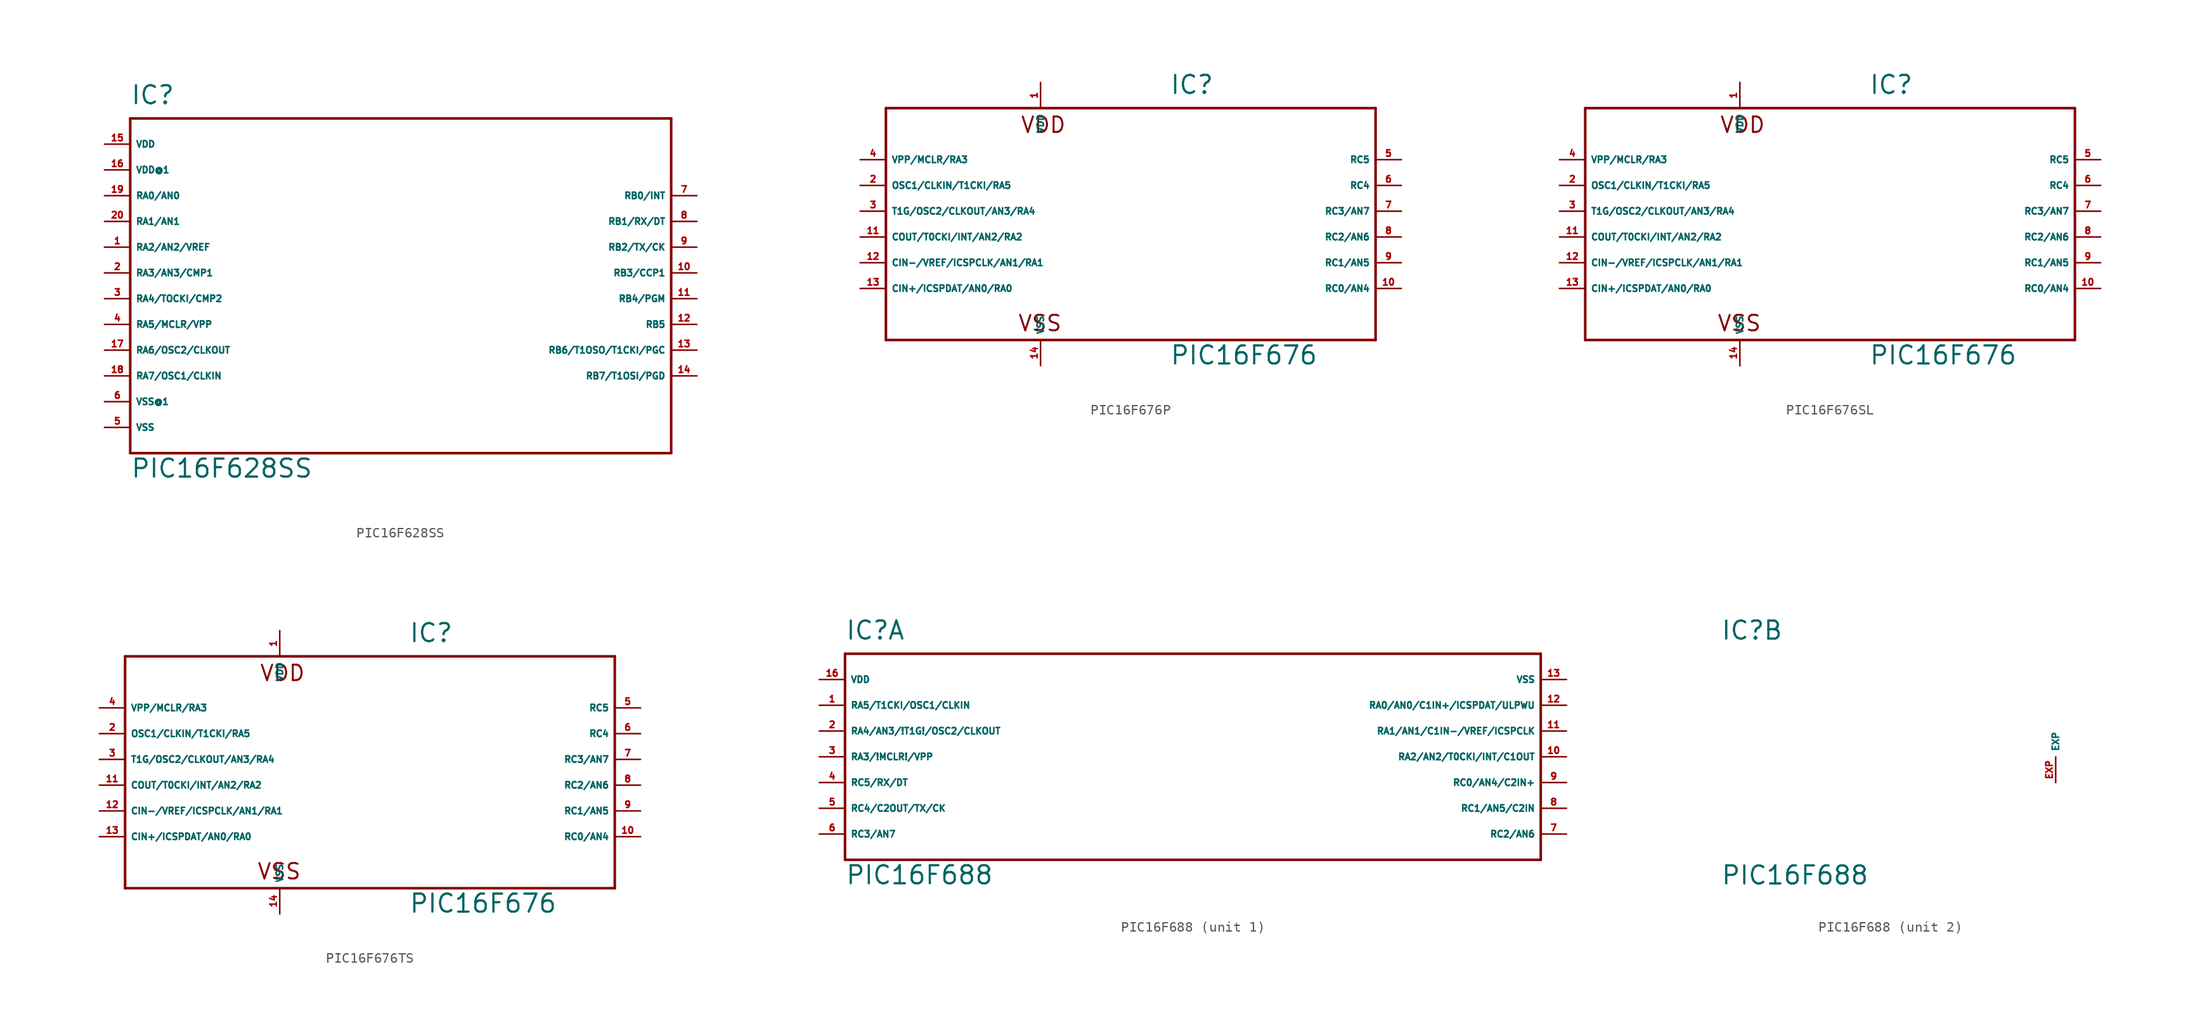
<source format=kicad_sym>
(kicad_symbol_lib
  (version 20220914)
  (generator Eagle2Kicad)
  (symbol "PIC16F628SS"
    (property "Reference" "IC"
      (at -25.4 16.51 0)
      (effects (font (size 1.778 1.778) (thickness 0.22)) (justify left bottom)))
    (property "Value" "PIC16F628SS"
      (at -25.4 -20.32 0)
      (effects (font (size 1.778 1.778) (thickness 0.22)) (justify left bottom)))
    (polyline
      (pts (xy -25.4 15.24) (xy 27.94 15.24))
      (stroke (width 0.254) (type default))
      (fill (type none)))
    (polyline
      (pts (xy 27.94 15.24) (xy 27.94 -17.78))
      (stroke (width 0.254) (type default))
      (fill (type none)))
    (polyline
      (pts (xy 27.94 -17.78) (xy -25.4 -17.78))
      (stroke (width 0.254) (type default))
      (fill (type none)))
    (polyline
      (pts (xy -25.4 -17.78) (xy -25.4 15.24))
      (stroke (width 0.254) (type default))
      (fill (type none)))
    (pin bidirectional line
      (at -27.94 2.54 0)
      (length 2.54)
      (name "RA2/AN2/VREF" (effects (font (size 0.635 0.635) (thickness 0.08)) (justify left bottom)))
      (number "1" (effects (font (size 0.635 0.635) (thickness 0.08)) (justify left bottom))))
    (pin bidirectional line
      (at -27.94 0 0)
      (length 2.54)
      (name "RA3/AN3/CMP1" (effects (font (size 0.635 0.635) (thickness 0.08)) (justify left bottom)))
      (number "2" (effects (font (size 0.635 0.635) (thickness 0.08)) (justify left bottom))))
    (pin bidirectional line
      (at -27.94 -2.54 0)
      (length 2.54)
      (name "RA4/TOCKI/CMP2" (effects (font (size 0.635 0.635) (thickness 0.08)) (justify left bottom)))
      (number "3" (effects (font (size 0.635 0.635) (thickness 0.08)) (justify left bottom))))
    (pin bidirectional line
      (at -27.94 -5.08 0)
      (length 2.54)
      (name "RA5/MCLR/VPP" (effects (font (size 0.635 0.635) (thickness 0.08)) (justify left bottom)))
      (number "4" (effects (font (size 0.635 0.635) (thickness 0.08)) (justify left bottom))))
    (pin unspecified line
      (at -27.94 -15.24 0)
      (length 2.54)
      (name "VSS" (effects (font (size 0.635 0.635) (thickness 0.08)) (justify left bottom)))
      (number "5" (effects (font (size 0.635 0.635) (thickness 0.08)) (justify left bottom))))
    (pin bidirectional line
      (at 30.48 7.62 180)
      (length 2.54)
      (name "RB0/INT" (effects (font (size 0.635 0.635) (thickness 0.08)) (justify left bottom)))
      (number "7" (effects (font (size 0.635 0.635) (thickness 0.08)) (justify left bottom))))
    (pin bidirectional line
      (at 30.48 5.08 180)
      (length 2.54)
      (name "RB1/RX/DT" (effects (font (size 0.635 0.635) (thickness 0.08)) (justify left bottom)))
      (number "8" (effects (font (size 0.635 0.635) (thickness 0.08)) (justify left bottom))))
    (pin bidirectional line
      (at 30.48 2.54 180)
      (length 2.54)
      (name "RB2/TX/CK" (effects (font (size 0.635 0.635) (thickness 0.08)) (justify left bottom)))
      (number "9" (effects (font (size 0.635 0.635) (thickness 0.08)) (justify left bottom))))
    (pin bidirectional line
      (at 30.48 0 180)
      (length 2.54)
      (name "RB3/CCP1" (effects (font (size 0.635 0.635) (thickness 0.08)) (justify left bottom)))
      (number "10" (effects (font (size 0.635 0.635) (thickness 0.08)) (justify left bottom))))
    (pin bidirectional line
      (at 30.48 -2.54 180)
      (length 2.54)
      (name "RB4/PGM" (effects (font (size 0.635 0.635) (thickness 0.08)) (justify left bottom)))
      (number "11" (effects (font (size 0.635 0.635) (thickness 0.08)) (justify left bottom))))
    (pin bidirectional line
      (at 30.48 -5.08 180)
      (length 2.54)
      (name "RB5" (effects (font (size 0.635 0.635) (thickness 0.08)) (justify left bottom)))
      (number "12" (effects (font (size 0.635 0.635) (thickness 0.08)) (justify left bottom))))
    (pin bidirectional line
      (at 30.48 -7.62 180)
      (length 2.54)
      (name "RB6/T1OSO/T1CKI/PGC" (effects (font (size 0.635 0.635) (thickness 0.08)) (justify left bottom)))
      (number "13" (effects (font (size 0.635 0.635) (thickness 0.08)) (justify left bottom))))
    (pin bidirectional line
      (at 30.48 -10.16 180)
      (length 2.54)
      (name "RB7/T1OSI/PGD" (effects (font (size 0.635 0.635) (thickness 0.08)) (justify left bottom)))
      (number "14" (effects (font (size 0.635 0.635) (thickness 0.08)) (justify left bottom))))
    (pin unspecified line
      (at -27.94 12.7 0)
      (length 2.54)
      (name "VDD" (effects (font (size 0.635 0.635) (thickness 0.08)) (justify left bottom)))
      (number "15" (effects (font (size 0.635 0.635) (thickness 0.08)) (justify left bottom))))
    (pin bidirectional line
      (at -27.94 -7.62 0)
      (length 2.54)
      (name "RA6/OSC2/CLKOUT" (effects (font (size 0.635 0.635) (thickness 0.08)) (justify left bottom)))
      (number "17" (effects (font (size 0.635 0.635) (thickness 0.08)) (justify left bottom))))
    (pin bidirectional line
      (at -27.94 -10.16 0)
      (length 2.54)
      (name "RA7/OSC1/CLKIN" (effects (font (size 0.635 0.635) (thickness 0.08)) (justify left bottom)))
      (number "18" (effects (font (size 0.635 0.635) (thickness 0.08)) (justify left bottom))))
    (pin bidirectional line
      (at -27.94 7.62 0)
      (length 2.54)
      (name "RA0/AN0" (effects (font (size 0.635 0.635) (thickness 0.08)) (justify left bottom)))
      (number "19" (effects (font (size 0.635 0.635) (thickness 0.08)) (justify left bottom))))
    (pin bidirectional line
      (at -27.94 5.08 0)
      (length 2.54)
      (name "RA1/AN1" (effects (font (size 0.635 0.635) (thickness 0.08)) (justify left bottom)))
      (number "20" (effects (font (size 0.635 0.635) (thickness 0.08)) (justify left bottom))))
    (pin unspecified line
      (at -27.94 10.16 0)
      (length 2.54)
      (name "VDD@1" (effects (font (size 0.635 0.635) (thickness 0.08)) (justify left bottom)))
      (number "16" (effects (font (size 0.635 0.635) (thickness 0.08)) (justify left bottom))))
    (pin unspecified line
      (at -27.94 -12.7 0)
      (length 2.54)
      (name "VSS@1" (effects (font (size 0.635 0.635) (thickness 0.08)) (justify left bottom)))
      (number "6" (effects (font (size 0.635 0.635) (thickness 0.08)) (justify left bottom)))))
  (symbol "PIC16F676P"
    (property "Reference" "IC"
      (at 5.08 11.43 0)
      (effects (font (size 1.778 1.778) (thickness 0.22)) (justify left bottom)))
    (property "Value" "PIC16F676"
      (at 5.08 -15.24 0)
      (effects (font (size 1.778 1.778) (thickness 0.22)) (justify left bottom)))
    (polyline
      (pts (xy -22.86 10.16) (xy 25.4 10.16))
      (stroke (width 0.254) (type default))
      (fill (type none)))
    (polyline
      (pts (xy 25.4 10.16) (xy 25.4 -12.7))
      (stroke (width 0.254) (type default))
      (fill (type none)))
    (polyline
      (pts (xy 25.4 -12.7) (xy -22.86 -12.7))
      (stroke (width 0.254) (type default))
      (fill (type none)))
    (polyline
      (pts (xy -22.86 -12.7) (xy -22.86 10.16))
      (stroke (width 0.254) (type default))
      (fill (type none)))
    (text "VDD"
      (at -9.652 7.62 0)
      (effects (font (size 1.524 1.524) (thickness 0.19)) (justify left bottom)))
    (text "VSS"
      (at -9.906 -11.938 0)
      (effects (font (size 1.524 1.524) (thickness 0.19)) (justify left bottom)))
    (pin unspecified line
      (at -7.62 12.7 270)
      (length 2.54)
      (name "VDD" (effects (font (size 0.635 0.635) (thickness 0.08)) (justify left bottom)))
      (number "1" (effects (font (size 0.635 0.635) (thickness 0.08)) (justify left bottom))))
    (pin bidirectional line
      (at -25.4 2.54 0)
      (length 2.54)
      (name "OSC1/CLKIN/T1CKI/RA5" (effects (font (size 0.635 0.635) (thickness 0.08)) (justify left bottom)))
      (number "2" (effects (font (size 0.635 0.635) (thickness 0.08)) (justify left bottom))))
    (pin bidirectional line
      (at -25.4 0 0)
      (length 2.54)
      (name "T1G/OSC2/CLKOUT/AN3/RA4" (effects (font (size 0.635 0.635) (thickness 0.08)) (justify left bottom)))
      (number "3" (effects (font (size 0.635 0.635) (thickness 0.08)) (justify left bottom))))
    (pin input line
      (at -25.4 5.08 0)
      (length 2.54)
      (name "VPP/MCLR/RA3" (effects (font (size 0.635 0.635) (thickness 0.08)) (justify left bottom)))
      (number "4" (effects (font (size 0.635 0.635) (thickness 0.08)) (justify left bottom))))
    (pin bidirectional line
      (at 27.94 5.08 180)
      (length 2.54)
      (name "RC5" (effects (font (size 0.635 0.635) (thickness 0.08)) (justify left bottom)))
      (number "5" (effects (font (size 0.635 0.635) (thickness 0.08)) (justify left bottom))))
    (pin bidirectional line
      (at 27.94 2.54 180)
      (length 2.54)
      (name "RC4" (effects (font (size 0.635 0.635) (thickness 0.08)) (justify left bottom)))
      (number "6" (effects (font (size 0.635 0.635) (thickness 0.08)) (justify left bottom))))
    (pin bidirectional line
      (at 27.94 0 180)
      (length 2.54)
      (name "RC3/AN7" (effects (font (size 0.635 0.635) (thickness 0.08)) (justify left bottom)))
      (number "7" (effects (font (size 0.635 0.635) (thickness 0.08)) (justify left bottom))))
    (pin bidirectional line
      (at 27.94 -2.54 180)
      (length 2.54)
      (name "RC2/AN6" (effects (font (size 0.635 0.635) (thickness 0.08)) (justify left bottom)))
      (number "8" (effects (font (size 0.635 0.635) (thickness 0.08)) (justify left bottom))))
    (pin bidirectional line
      (at 27.94 -5.08 180)
      (length 2.54)
      (name "RC1/AN5" (effects (font (size 0.635 0.635) (thickness 0.08)) (justify left bottom)))
      (number "9" (effects (font (size 0.635 0.635) (thickness 0.08)) (justify left bottom))))
    (pin bidirectional line
      (at 27.94 -7.62 180)
      (length 2.54)
      (name "RC0/AN4" (effects (font (size 0.635 0.635) (thickness 0.08)) (justify left bottom)))
      (number "10" (effects (font (size 0.635 0.635) (thickness 0.08)) (justify left bottom))))
    (pin bidirectional line
      (at -25.4 -2.54 0)
      (length 2.54)
      (name "COUT/T0CKI/INT/AN2/RA2" (effects (font (size 0.635 0.635) (thickness 0.08)) (justify left bottom)))
      (number "11" (effects (font (size 0.635 0.635) (thickness 0.08)) (justify left bottom))))
    (pin bidirectional line
      (at -25.4 -5.08 0)
      (length 2.54)
      (name "CIN-/VREF/ICSPCLK/AN1/RA1" (effects (font (size 0.635 0.635) (thickness 0.08)) (justify left bottom)))
      (number "12" (effects (font (size 0.635 0.635) (thickness 0.08)) (justify left bottom))))
    (pin bidirectional line
      (at -25.4 -7.62 0)
      (length 2.54)
      (name "CIN+/ICSPDAT/AN0/RA0" (effects (font (size 0.635 0.635) (thickness 0.08)) (justify left bottom)))
      (number "13" (effects (font (size 0.635 0.635) (thickness 0.08)) (justify left bottom))))
    (pin unspecified line
      (at -7.62 -15.24 90)
      (length 2.54)
      (name "VSS" (effects (font (size 0.635 0.635) (thickness 0.08)) (justify left bottom)))
      (number "14" (effects (font (size 0.635 0.635) (thickness 0.08)) (justify left bottom)))))
  (symbol "PIC16F676SL"
    (property "Reference" "IC"
      (at 5.08 11.43 0)
      (effects (font (size 1.778 1.778) (thickness 0.22)) (justify left bottom)))
    (property "Value" "PIC16F676"
      (at 5.08 -15.24 0)
      (effects (font (size 1.778 1.778) (thickness 0.22)) (justify left bottom)))
    (polyline
      (pts (xy -22.86 10.16) (xy 25.4 10.16))
      (stroke (width 0.254) (type default))
      (fill (type none)))
    (polyline
      (pts (xy 25.4 10.16) (xy 25.4 -12.7))
      (stroke (width 0.254) (type default))
      (fill (type none)))
    (polyline
      (pts (xy 25.4 -12.7) (xy -22.86 -12.7))
      (stroke (width 0.254) (type default))
      (fill (type none)))
    (polyline
      (pts (xy -22.86 -12.7) (xy -22.86 10.16))
      (stroke (width 0.254) (type default))
      (fill (type none)))
    (text "VDD"
      (at -9.652 7.62 0)
      (effects (font (size 1.524 1.524) (thickness 0.19)) (justify left bottom)))
    (text "VSS"
      (at -9.906 -11.938 0)
      (effects (font (size 1.524 1.524) (thickness 0.19)) (justify left bottom)))
    (pin unspecified line
      (at -7.62 12.7 270)
      (length 2.54)
      (name "VDD" (effects (font (size 0.635 0.635) (thickness 0.08)) (justify left bottom)))
      (number "1" (effects (font (size 0.635 0.635) (thickness 0.08)) (justify left bottom))))
    (pin bidirectional line
      (at -25.4 2.54 0)
      (length 2.54)
      (name "OSC1/CLKIN/T1CKI/RA5" (effects (font (size 0.635 0.635) (thickness 0.08)) (justify left bottom)))
      (number "2" (effects (font (size 0.635 0.635) (thickness 0.08)) (justify left bottom))))
    (pin bidirectional line
      (at -25.4 0 0)
      (length 2.54)
      (name "T1G/OSC2/CLKOUT/AN3/RA4" (effects (font (size 0.635 0.635) (thickness 0.08)) (justify left bottom)))
      (number "3" (effects (font (size 0.635 0.635) (thickness 0.08)) (justify left bottom))))
    (pin input line
      (at -25.4 5.08 0)
      (length 2.54)
      (name "VPP/MCLR/RA3" (effects (font (size 0.635 0.635) (thickness 0.08)) (justify left bottom)))
      (number "4" (effects (font (size 0.635 0.635) (thickness 0.08)) (justify left bottom))))
    (pin bidirectional line
      (at 27.94 5.08 180)
      (length 2.54)
      (name "RC5" (effects (font (size 0.635 0.635) (thickness 0.08)) (justify left bottom)))
      (number "5" (effects (font (size 0.635 0.635) (thickness 0.08)) (justify left bottom))))
    (pin bidirectional line
      (at 27.94 2.54 180)
      (length 2.54)
      (name "RC4" (effects (font (size 0.635 0.635) (thickness 0.08)) (justify left bottom)))
      (number "6" (effects (font (size 0.635 0.635) (thickness 0.08)) (justify left bottom))))
    (pin bidirectional line
      (at 27.94 0 180)
      (length 2.54)
      (name "RC3/AN7" (effects (font (size 0.635 0.635) (thickness 0.08)) (justify left bottom)))
      (number "7" (effects (font (size 0.635 0.635) (thickness 0.08)) (justify left bottom))))
    (pin bidirectional line
      (at 27.94 -2.54 180)
      (length 2.54)
      (name "RC2/AN6" (effects (font (size 0.635 0.635) (thickness 0.08)) (justify left bottom)))
      (number "8" (effects (font (size 0.635 0.635) (thickness 0.08)) (justify left bottom))))
    (pin bidirectional line
      (at 27.94 -5.08 180)
      (length 2.54)
      (name "RC1/AN5" (effects (font (size 0.635 0.635) (thickness 0.08)) (justify left bottom)))
      (number "9" (effects (font (size 0.635 0.635) (thickness 0.08)) (justify left bottom))))
    (pin bidirectional line
      (at 27.94 -7.62 180)
      (length 2.54)
      (name "RC0/AN4" (effects (font (size 0.635 0.635) (thickness 0.08)) (justify left bottom)))
      (number "10" (effects (font (size 0.635 0.635) (thickness 0.08)) (justify left bottom))))
    (pin bidirectional line
      (at -25.4 -2.54 0)
      (length 2.54)
      (name "COUT/T0CKI/INT/AN2/RA2" (effects (font (size 0.635 0.635) (thickness 0.08)) (justify left bottom)))
      (number "11" (effects (font (size 0.635 0.635) (thickness 0.08)) (justify left bottom))))
    (pin bidirectional line
      (at -25.4 -5.08 0)
      (length 2.54)
      (name "CIN-/VREF/ICSPCLK/AN1/RA1" (effects (font (size 0.635 0.635) (thickness 0.08)) (justify left bottom)))
      (number "12" (effects (font (size 0.635 0.635) (thickness 0.08)) (justify left bottom))))
    (pin bidirectional line
      (at -25.4 -7.62 0)
      (length 2.54)
      (name "CIN+/ICSPDAT/AN0/RA0" (effects (font (size 0.635 0.635) (thickness 0.08)) (justify left bottom)))
      (number "13" (effects (font (size 0.635 0.635) (thickness 0.08)) (justify left bottom))))
    (pin unspecified line
      (at -7.62 -15.24 90)
      (length 2.54)
      (name "VSS" (effects (font (size 0.635 0.635) (thickness 0.08)) (justify left bottom)))
      (number "14" (effects (font (size 0.635 0.635) (thickness 0.08)) (justify left bottom)))))
  (symbol "PIC16F676TS"
    (property "Reference" "IC"
      (at 5.08 11.43 0)
      (effects (font (size 1.778 1.778) (thickness 0.22)) (justify left bottom)))
    (property "Value" "PIC16F676"
      (at 5.08 -15.24 0)
      (effects (font (size 1.778 1.778) (thickness 0.22)) (justify left bottom)))
    (polyline
      (pts (xy -22.86 10.16) (xy 25.4 10.16))
      (stroke (width 0.254) (type default))
      (fill (type none)))
    (polyline
      (pts (xy 25.4 10.16) (xy 25.4 -12.7))
      (stroke (width 0.254) (type default))
      (fill (type none)))
    (polyline
      (pts (xy 25.4 -12.7) (xy -22.86 -12.7))
      (stroke (width 0.254) (type default))
      (fill (type none)))
    (polyline
      (pts (xy -22.86 -12.7) (xy -22.86 10.16))
      (stroke (width 0.254) (type default))
      (fill (type none)))
    (text "VDD"
      (at -9.652 7.62 0)
      (effects (font (size 1.524 1.524) (thickness 0.19)) (justify left bottom)))
    (text "VSS"
      (at -9.906 -11.938 0)
      (effects (font (size 1.524 1.524) (thickness 0.19)) (justify left bottom)))
    (pin unspecified line
      (at -7.62 12.7 270)
      (length 2.54)
      (name "VDD" (effects (font (size 0.635 0.635) (thickness 0.08)) (justify left bottom)))
      (number "1" (effects (font (size 0.635 0.635) (thickness 0.08)) (justify left bottom))))
    (pin bidirectional line
      (at -25.4 2.54 0)
      (length 2.54)
      (name "OSC1/CLKIN/T1CKI/RA5" (effects (font (size 0.635 0.635) (thickness 0.08)) (justify left bottom)))
      (number "2" (effects (font (size 0.635 0.635) (thickness 0.08)) (justify left bottom))))
    (pin bidirectional line
      (at -25.4 0 0)
      (length 2.54)
      (name "T1G/OSC2/CLKOUT/AN3/RA4" (effects (font (size 0.635 0.635) (thickness 0.08)) (justify left bottom)))
      (number "3" (effects (font (size 0.635 0.635) (thickness 0.08)) (justify left bottom))))
    (pin input line
      (at -25.4 5.08 0)
      (length 2.54)
      (name "VPP/MCLR/RA3" (effects (font (size 0.635 0.635) (thickness 0.08)) (justify left bottom)))
      (number "4" (effects (font (size 0.635 0.635) (thickness 0.08)) (justify left bottom))))
    (pin bidirectional line
      (at 27.94 5.08 180)
      (length 2.54)
      (name "RC5" (effects (font (size 0.635 0.635) (thickness 0.08)) (justify left bottom)))
      (number "5" (effects (font (size 0.635 0.635) (thickness 0.08)) (justify left bottom))))
    (pin bidirectional line
      (at 27.94 2.54 180)
      (length 2.54)
      (name "RC4" (effects (font (size 0.635 0.635) (thickness 0.08)) (justify left bottom)))
      (number "6" (effects (font (size 0.635 0.635) (thickness 0.08)) (justify left bottom))))
    (pin bidirectional line
      (at 27.94 0 180)
      (length 2.54)
      (name "RC3/AN7" (effects (font (size 0.635 0.635) (thickness 0.08)) (justify left bottom)))
      (number "7" (effects (font (size 0.635 0.635) (thickness 0.08)) (justify left bottom))))
    (pin bidirectional line
      (at 27.94 -2.54 180)
      (length 2.54)
      (name "RC2/AN6" (effects (font (size 0.635 0.635) (thickness 0.08)) (justify left bottom)))
      (number "8" (effects (font (size 0.635 0.635) (thickness 0.08)) (justify left bottom))))
    (pin bidirectional line
      (at 27.94 -5.08 180)
      (length 2.54)
      (name "RC1/AN5" (effects (font (size 0.635 0.635) (thickness 0.08)) (justify left bottom)))
      (number "9" (effects (font (size 0.635 0.635) (thickness 0.08)) (justify left bottom))))
    (pin bidirectional line
      (at 27.94 -7.62 180)
      (length 2.54)
      (name "RC0/AN4" (effects (font (size 0.635 0.635) (thickness 0.08)) (justify left bottom)))
      (number "10" (effects (font (size 0.635 0.635) (thickness 0.08)) (justify left bottom))))
    (pin bidirectional line
      (at -25.4 -2.54 0)
      (length 2.54)
      (name "COUT/T0CKI/INT/AN2/RA2" (effects (font (size 0.635 0.635) (thickness 0.08)) (justify left bottom)))
      (number "11" (effects (font (size 0.635 0.635) (thickness 0.08)) (justify left bottom))))
    (pin bidirectional line
      (at -25.4 -5.08 0)
      (length 2.54)
      (name "CIN-/VREF/ICSPCLK/AN1/RA1" (effects (font (size 0.635 0.635) (thickness 0.08)) (justify left bottom)))
      (number "12" (effects (font (size 0.635 0.635) (thickness 0.08)) (justify left bottom))))
    (pin bidirectional line
      (at -25.4 -7.62 0)
      (length 2.54)
      (name "CIN+/ICSPDAT/AN0/RA0" (effects (font (size 0.635 0.635) (thickness 0.08)) (justify left bottom)))
      (number "13" (effects (font (size 0.635 0.635) (thickness 0.08)) (justify left bottom))))
    (pin unspecified line
      (at -7.62 -15.24 90)
      (length 2.54)
      (name "VSS" (effects (font (size 0.635 0.635) (thickness 0.08)) (justify left bottom)))
      (number "14" (effects (font (size 0.635 0.635) (thickness 0.08)) (justify left bottom)))))
  (symbol "PIC16F688"
    (property "Reference" "IC"
      (at -33.02 11.43 0)
      (effects (font (size 1.778 1.778) (thickness 0.22)) (justify left bottom)))
    (property "Value" "PIC16F688"
      (at -33.02 -12.7 0)
      (effects (font (size 1.778 1.778) (thickness 0.22)) (justify left bottom)))
    (symbol "PIC16F688_1_0"
      (polyline (pts (xy -33.02 10.16) (xy 35.56 10.16)) (stroke (width 0.254) (type default)) (fill (type none)))
      (polyline (pts (xy 35.56 10.16) (xy 35.56 -10.16)) (stroke (width 0.254) (type default)) (fill (type none)))
      (polyline (pts (xy 35.56 -10.16) (xy -33.02 -10.16)) (stroke (width 0.254) (type default)) (fill (type none)))
      (polyline (pts (xy -33.02 -10.16) (xy -33.02 10.16)) (stroke (width 0.254) (type default)) (fill (type none)))
      (pin unspecified line (at -35.56 7.62 0) (length 2.54) (name "VDD" (effects (font (size 0.635 0.635) (thickness 0.08)) (justify left bottom))) (number "16" (effects (font (size 0.635 0.635) (thickness 0.08)) (justify left bottom))))
      (pin bidirectional line (at -35.56 2.54 0) (length 2.54) (name "RA4/AN3/!T1G!/OSC2/CLKOUT" (effects (font (size 0.635 0.635) (thickness 0.08)) (justify left bottom))) (number "2" (effects (font (size 0.635 0.635) (thickness 0.08)) (justify left bottom))))
      (pin bidirectional line (at -35.56 0 0) (length 2.54) (name "RA3/!MCLR!/VPP" (effects (font (size 0.635 0.635) (thickness 0.08)) (justify left bottom))) (number "3" (effects (font (size 0.635 0.635) (thickness 0.08)) (justify left bottom))))
      (pin input line (at -35.56 5.08 0) (length 2.54) (name "RA5/T1CKI/OSC1/CLKIN" (effects (font (size 0.635 0.635) (thickness 0.08)) (justify left bottom))) (number "1" (effects (font (size 0.635 0.635) (thickness 0.08)) (justify left bottom))))
      (pin bidirectional line (at 38.1 5.08 180) (length 2.54) (name "RA0/AN0/C1IN+/ICSPDAT/ULPWU" (effects (font (size 0.635 0.635) (thickness 0.08)) (justify left bottom))) (number "12" (effects (font (size 0.635 0.635) (thickness 0.08)) (justify left bottom))))
      (pin bidirectional line (at 38.1 2.54 180) (length 2.54) (name "RA1/AN1/C1IN-/VREF/ICSPCLK" (effects (font (size 0.635 0.635) (thickness 0.08)) (justify left bottom))) (number "11" (effects (font (size 0.635 0.635) (thickness 0.08)) (justify left bottom))))
      (pin bidirectional line (at 38.1 0 180) (length 2.54) (name "RA2/AN2/T0CKI/INT/C1OUT" (effects (font (size 0.635 0.635) (thickness 0.08)) (justify left bottom))) (number "10" (effects (font (size 0.635 0.635) (thickness 0.08)) (justify left bottom))))
      (pin bidirectional line (at 38.1 -7.62 180) (length 2.54) (name "RC2/AN6" (effects (font (size 0.635 0.635) (thickness 0.08)) (justify left bottom))) (number "7" (effects (font (size 0.635 0.635) (thickness 0.08)) (justify left bottom))))
      (pin bidirectional line (at 38.1 -5.08 180) (length 2.54) (name "RC1/AN5/C2IN" (effects (font (size 0.635 0.635) (thickness 0.08)) (justify left bottom))) (number "8" (effects (font (size 0.635 0.635) (thickness 0.08)) (justify left bottom))))
      (pin bidirectional line (at 38.1 -2.54 180) (length 2.54) (name "RC0/AN4/C2IN+" (effects (font (size 0.635 0.635) (thickness 0.08)) (justify left bottom))) (number "9" (effects (font (size 0.635 0.635) (thickness 0.08)) (justify left bottom))))
      (pin bidirectional line (at -35.56 -2.54 0) (length 2.54) (name "RC5/RX/DT" (effects (font (size 0.635 0.635) (thickness 0.08)) (justify left bottom))) (number "4" (effects (font (size 0.635 0.635) (thickness 0.08)) (justify left bottom))))
      (pin bidirectional line (at -35.56 -5.08 0) (length 2.54) (name "RC4/C2OUT/TX/CK" (effects (font (size 0.635 0.635) (thickness 0.08)) (justify left bottom))) (number "5" (effects (font (size 0.635 0.635) (thickness 0.08)) (justify left bottom))))
      (pin bidirectional line (at -35.56 -7.62 0) (length 2.54) (name "RC3/AN7" (effects (font (size 0.635 0.635) (thickness 0.08)) (justify left bottom))) (number "6" (effects (font (size 0.635 0.635) (thickness 0.08)) (justify left bottom))))
      (pin unspecified line (at 38.1 7.62 180) (length 2.54) (name "VSS" (effects (font (size 0.635 0.635) (thickness 0.08)) (justify left bottom))) (number "13" (effects (font (size 0.635 0.635) (thickness 0.08)) (justify left bottom)))))
    (symbol "PIC16F688_2_0"
      (pin passive line (at 0 -2.54 90) (length 2.54) (name "EXP" (effects (font (size 0.635 0.635) (thickness 0.08)) (justify left bottom))) (number "EXP" (effects (font (size 0.635 0.635) (thickness 0.08)) (justify left bottom)))))))
</source>
